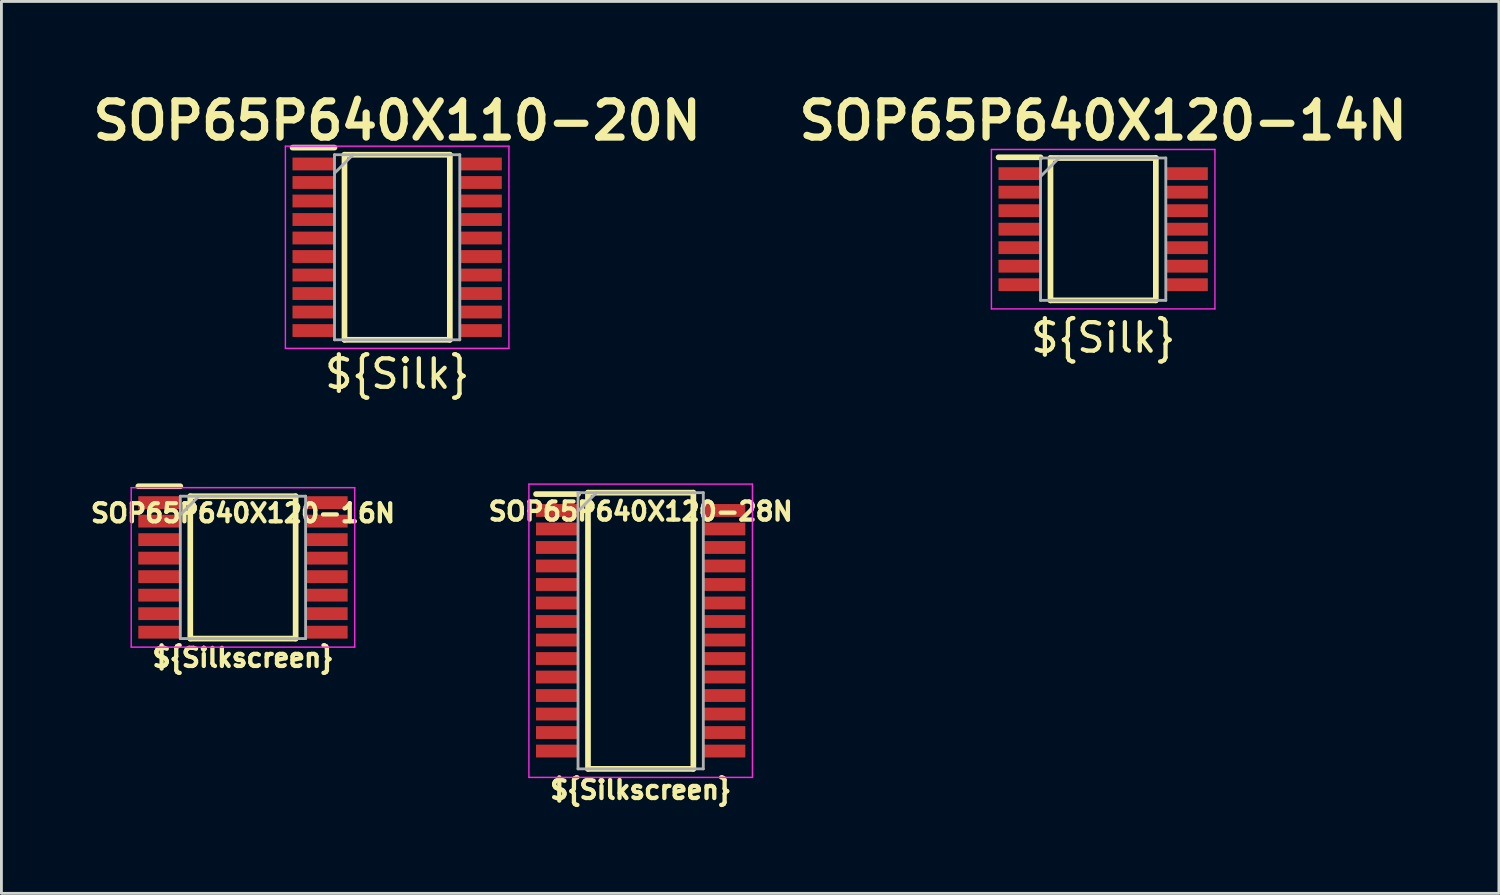
<source format=kicad_pcb>
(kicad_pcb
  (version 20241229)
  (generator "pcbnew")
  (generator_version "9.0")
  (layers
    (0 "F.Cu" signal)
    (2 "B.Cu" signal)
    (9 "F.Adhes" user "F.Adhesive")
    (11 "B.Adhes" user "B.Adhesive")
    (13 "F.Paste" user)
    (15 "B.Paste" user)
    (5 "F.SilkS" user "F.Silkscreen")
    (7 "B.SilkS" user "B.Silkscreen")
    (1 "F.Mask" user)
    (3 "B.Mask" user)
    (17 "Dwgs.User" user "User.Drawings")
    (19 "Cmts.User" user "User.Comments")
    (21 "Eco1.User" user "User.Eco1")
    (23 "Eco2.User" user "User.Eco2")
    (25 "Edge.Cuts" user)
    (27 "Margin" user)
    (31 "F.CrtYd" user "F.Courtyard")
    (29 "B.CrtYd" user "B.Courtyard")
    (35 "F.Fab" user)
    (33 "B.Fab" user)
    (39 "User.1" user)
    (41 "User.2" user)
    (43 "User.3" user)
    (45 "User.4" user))
  (footprint "SOP65P640X120-14N"
    (layer "F.Cu")
    (at 35.693 4.999)
    (property "Reference" "SOP65P640X120-14N" (at 0 -3.81 0) (layer "F.SilkS") (effects (font (size 1.27 1.27) (thickness 0.254))))
    (attr smd)
    (fp_line (start -3.675 -2.525) (end -2.2 -2.525) (stroke (width 0.2) (type solid)) (layer "F.SilkS"))
    (fp_line (start -1.85 -2.5) (end 1.85 -2.5) (stroke (width 0.2) (type solid)) (layer "F.SilkS"))
    (fp_line (start -1.85 2.5) (end -1.85 -2.5) (stroke (width 0.2) (type solid)) (layer "F.SilkS"))
    (fp_line (start 1.85 -2.5) (end 1.85 2.5) (stroke (width 0.2) (type solid)) (layer "F.SilkS"))
    (fp_line (start 1.85 2.5) (end -1.85 2.5) (stroke (width 0.2) (type solid)) (layer "F.SilkS"))
    (fp_line (start -3.925 -2.8) (end 3.925 -2.8) (stroke (width 0.05) (type solid)) (layer "F.CrtYd"))
    (fp_line (start -3.925 2.8) (end -3.925 -2.8) (stroke (width 0.05) (type solid)) (layer "F.CrtYd"))
    (fp_line (start 3.925 -2.8) (end 3.925 2.8) (stroke (width 0.05) (type solid)) (layer "F.CrtYd"))
    (fp_line (start 3.925 2.8) (end -3.925 2.8) (stroke (width 0.05) (type solid)) (layer "F.CrtYd"))
    (fp_line (start -2.2 -2.5) (end 2.2 -2.5) (stroke (width 0.1) (type solid)) (layer "F.Fab"))
    (fp_line (start -2.2 -1.85) (end -1.55 -2.5) (stroke (width 0.1) (type solid)) (layer "F.Fab"))
    (fp_line (start -2.2 2.5) (end -2.2 -2.5) (stroke (width 0.1) (type solid)) (layer "F.Fab"))
    (fp_line (start 2.2 -2.5) (end 2.2 2.5) (stroke (width 0.1) (type solid)) (layer "F.Fab"))
    (fp_line (start 2.2 2.5) (end -2.2 2.5) (stroke (width 0.1) (type solid)) (layer "F.Fab"))
    (fp_text user "${Silk}" (at 0 3.81 0) (layer "F.SilkS") (effects (font (size 1 1) (thickness 0.15))))
    (pad "1" smd rect (at -2.938 -1.95 90) (size 0.45 1.475) (layers "F.Cu" "F.Mask" "F.Paste"))
    (pad "2" smd rect (at -2.938 -1.3 90) (size 0.45 1.475) (layers "F.Cu" "F.Mask" "F.Paste"))
    (pad "3" smd rect (at -2.938 -0.65 90) (size 0.45 1.475) (layers "F.Cu" "F.Mask" "F.Paste"))
    (pad "4" smd rect (at -2.938 0 90) (size 0.45 1.475) (layers "F.Cu" "F.Mask" "F.Paste"))
    (pad "5" smd rect (at -2.938 0.65 90) (size 0.45 1.475) (layers "F.Cu" "F.Mask" "F.Paste"))
    (pad "6" smd rect (at -2.938 1.3 90) (size 0.45 1.475) (layers "F.Cu" "F.Mask" "F.Paste"))
    (pad "7" smd rect (at -2.938 1.95 90) (size 0.45 1.475) (layers "F.Cu" "F.Mask" "F.Paste"))
    (pad "8" smd rect (at 2.938 1.95 90) (size 0.45 1.475) (layers "F.Cu" "F.Mask" "F.Paste"))
    (pad "9" smd rect (at 2.938 1.3 90) (size 0.45 1.475) (layers "F.Cu" "F.Mask" "F.Paste"))
    (pad "10" smd rect (at 2.938 0.65 90) (size 0.45 1.475) (layers "F.Cu" "F.Mask" "F.Paste"))
    (pad "11" smd rect (at 2.938 0 90) (size 0.45 1.475) (layers "F.Cu" "F.Mask" "F.Paste"))
    (pad "12" smd rect (at 2.938 -0.65 90) (size 0.45 1.475) (layers "F.Cu" "F.Mask" "F.Paste"))
    (pad "13" smd rect (at 2.938 -1.3 90) (size 0.45 1.475) (layers "F.Cu" "F.Mask" "F.Paste"))
    (pad "14" smd rect (at 2.938 -1.95 90) (size 0.45 1.475) (layers "F.Cu" "F.Mask" "F.Paste")))
  (footprint "SOP65P640X120-28N"
    (layer "F.Cu")
    (at 19.45 19.102)
    (property "Reference" "SOP65P640X120-28N" (at 0 -4.191 0) (layer "F.SilkS") (effects (font (size 0.635 0.635) (thickness 0.15))))
    (property "Silkscreen" "${Silkscreen}" (at 0 5.588 0) (layer "F.SilkS") (effects (font (size 0.635 0.635) (thickness 0.15))))
    (attr smd)
    (fp_line (start -3.675 -4.8) (end -2.2 -4.8) (stroke (width 0.2) (type solid)) (layer "F.SilkS"))
    (fp_line (start -1.85 -4.85) (end 1.85 -4.85) (stroke (width 0.2) (type solid)) (layer "F.SilkS"))
    (fp_line (start -1.85 4.85) (end -1.85 -4.85) (stroke (width 0.2) (type solid)) (layer "F.SilkS"))
    (fp_line (start 1.85 -4.85) (end 1.85 4.85) (stroke (width 0.2) (type solid)) (layer "F.SilkS"))
    (fp_line (start 1.85 4.85) (end -1.85 4.85) (stroke (width 0.2) (type solid)) (layer "F.SilkS"))
    (fp_line (start -3.925 -5.15) (end 3.925 -5.15) (stroke (width 0.05) (type solid)) (layer "F.CrtYd"))
    (fp_line (start -3.925 5.15) (end -3.925 -5.15) (stroke (width 0.05) (type solid)) (layer "F.CrtYd"))
    (fp_line (start 3.925 -5.15) (end 3.925 5.15) (stroke (width 0.05) (type solid)) (layer "F.CrtYd"))
    (fp_line (start 3.925 5.15) (end -3.925 5.15) (stroke (width 0.05) (type solid)) (layer "F.CrtYd"))
    (fp_line (start -2.2 -4.85) (end 2.2 -4.85) (stroke (width 0.1) (type solid)) (layer "F.Fab"))
    (fp_line (start -2.2 -4.2) (end -1.55 -4.85) (stroke (width 0.1) (type solid)) (layer "F.Fab"))
    (fp_line (start -2.2 4.85) (end -2.2 -4.85) (stroke (width 0.1) (type solid)) (layer "F.Fab"))
    (fp_line (start 2.2 -4.85) (end 2.2 4.85) (stroke (width 0.1) (type solid)) (layer "F.Fab"))
    (fp_line (start 2.2 4.85) (end -2.2 4.85) (stroke (width 0.1) (type solid)) (layer "F.Fab"))
    (pad "1" smd rect (at -2.938 -4.225 90) (size 0.45 1.475) (layers "F.Cu" "F.Mask" "F.Paste"))
    (pad "2" smd rect (at -2.938 -3.575 90) (size 0.45 1.475) (layers "F.Cu" "F.Mask" "F.Paste"))
    (pad "3" smd rect (at -2.938 -2.925 90) (size 0.45 1.475) (layers "F.Cu" "F.Mask" "F.Paste"))
    (pad "4" smd rect (at -2.938 -2.275 90) (size 0.45 1.475) (layers "F.Cu" "F.Mask" "F.Paste"))
    (pad "5" smd rect (at -2.938 -1.625 90) (size 0.45 1.475) (layers "F.Cu" "F.Mask" "F.Paste"))
    (pad "6" smd rect (at -2.938 -0.975 90) (size 0.45 1.475) (layers "F.Cu" "F.Mask" "F.Paste"))
    (pad "7" smd rect (at -2.938 -0.325 90) (size 0.45 1.475) (layers "F.Cu" "F.Mask" "F.Paste"))
    (pad "8" smd rect (at -2.938 0.325 90) (size 0.45 1.475) (layers "F.Cu" "F.Mask" "F.Paste"))
    (pad "9" smd rect (at -2.938 0.975 90) (size 0.45 1.475) (layers "F.Cu" "F.Mask" "F.Paste"))
    (pad "10" smd rect (at -2.938 1.625 90) (size 0.45 1.475) (layers "F.Cu" "F.Mask" "F.Paste"))
    (pad "11" smd rect (at -2.938 2.275 90) (size 0.45 1.475) (layers "F.Cu" "F.Mask" "F.Paste"))
    (pad "12" smd rect (at -2.938 2.925 90) (size 0.45 1.475) (layers "F.Cu" "F.Mask" "F.Paste"))
    (pad "13" smd rect (at -2.938 3.575 90) (size 0.45 1.475) (layers "F.Cu" "F.Mask" "F.Paste"))
    (pad "14" smd rect (at -2.938 4.225 90) (size 0.45 1.475) (layers "F.Cu" "F.Mask" "F.Paste"))
    (pad "15" smd rect (at 2.938 4.225 90) (size 0.45 1.475) (layers "F.Cu" "F.Mask" "F.Paste"))
    (pad "16" smd rect (at 2.938 3.575 90) (size 0.45 1.475) (layers "F.Cu" "F.Mask" "F.Paste"))
    (pad "17" smd rect (at 2.938 2.925 90) (size 0.45 1.475) (layers "F.Cu" "F.Mask" "F.Paste"))
    (pad "18" smd rect (at 2.938 2.275 90) (size 0.45 1.475) (layers "F.Cu" "F.Mask" "F.Paste"))
    (pad "19" smd rect (at 2.938 1.625 90) (size 0.45 1.475) (layers "F.Cu" "F.Mask" "F.Paste"))
    (pad "20" smd rect (at 2.938 0.975 90) (size 0.45 1.475) (layers "F.Cu" "F.Mask" "F.Paste"))
    (pad "21" smd rect (at 2.938 0.325 90) (size 0.45 1.475) (layers "F.Cu" "F.Mask" "F.Paste"))
    (pad "22" smd rect (at 2.938 -0.325 90) (size 0.45 1.475) (layers "F.Cu" "F.Mask" "F.Paste"))
    (pad "23" smd rect (at 2.938 -0.975 90) (size 0.45 1.475) (layers "F.Cu" "F.Mask" "F.Paste"))
    (pad "24" smd rect (at 2.938 -1.625 90) (size 0.45 1.475) (layers "F.Cu" "F.Mask" "F.Paste"))
    (pad "25" smd rect (at 2.938 -2.275 90) (size 0.45 1.475) (layers "F.Cu" "F.Mask" "F.Paste"))
    (pad "26" smd rect (at 2.938 -2.925 90) (size 0.45 1.475) (layers "F.Cu" "F.Mask" "F.Paste"))
    (pad "27" smd rect (at 2.938 -3.575 90) (size 0.45 1.475) (layers "F.Cu" "F.Mask" "F.Paste"))
    (pad "28" smd rect (at 2.938 -4.225 90) (size 0.45 1.475) (layers "F.Cu" "F.Mask" "F.Paste")))
  (footprint "SOP65P640X110-20N"
    (layer "F.Cu")
    (at 10.898 5.634)
    (property "Reference" "SOP65P640X110-20N" (at 0 -4.445 0) (layer "F.SilkS") (effects (font (size 1.27 1.27) (thickness 0.254))))
    (attr smd)
    (fp_line (start -3.675 -3.5) (end -2.2 -3.5) (stroke (width 0.2) (type solid)) (layer "F.SilkS"))
    (fp_line (start -1.85 -3.25) (end 1.85 -3.25) (stroke (width 0.2) (type solid)) (layer "F.SilkS"))
    (fp_line (start -1.85 3.25) (end -1.85 -3.25) (stroke (width 0.2) (type solid)) (layer "F.SilkS"))
    (fp_line (start 1.85 -3.25) (end 1.85 3.25) (stroke (width 0.2) (type solid)) (layer "F.SilkS"))
    (fp_line (start 1.85 3.25) (end -1.85 3.25) (stroke (width 0.2) (type solid)) (layer "F.SilkS"))
    (fp_line (start -3.925 -3.55) (end 3.925 -3.55) (stroke (width 0.05) (type solid)) (layer "F.CrtYd"))
    (fp_line (start -3.925 3.55) (end -3.925 -3.55) (stroke (width 0.05) (type solid)) (layer "F.CrtYd"))
    (fp_line (start 3.925 -3.55) (end 3.925 3.55) (stroke (width 0.05) (type solid)) (layer "F.CrtYd"))
    (fp_line (start 3.925 3.55) (end -3.925 3.55) (stroke (width 0.05) (type solid)) (layer "F.CrtYd"))
    (fp_line (start -2.2 -3.25) (end 2.2 -3.25) (stroke (width 0.1) (type solid)) (layer "F.Fab"))
    (fp_line (start -2.2 -2.6) (end -1.55 -3.25) (stroke (width 0.1) (type solid)) (layer "F.Fab"))
    (fp_line (start -2.2 3.25) (end -2.2 -3.25) (stroke (width 0.1) (type solid)) (layer "F.Fab"))
    (fp_line (start 2.2 -3.25) (end 2.2 3.25) (stroke (width 0.1) (type solid)) (layer "F.Fab"))
    (fp_line (start 2.2 3.25) (end -2.2 3.25) (stroke (width 0.1) (type solid)) (layer "F.Fab"))
    (fp_text user "${Silk}" (at 0 4.445 0) (layer "F.SilkS") (effects (font (size 1 1) (thickness 0.15))))
    (pad "1" smd rect (at -2.938 -2.925 90) (size 0.45 1.475) (layers "F.Cu" "F.Mask" "F.Paste"))
    (pad "2" smd rect (at -2.938 -2.275 90) (size 0.45 1.475) (layers "F.Cu" "F.Mask" "F.Paste"))
    (pad "3" smd rect (at -2.938 -1.625 90) (size 0.45 1.475) (layers "F.Cu" "F.Mask" "F.Paste"))
    (pad "4" smd rect (at -2.938 -0.975 90) (size 0.45 1.475) (layers "F.Cu" "F.Mask" "F.Paste"))
    (pad "5" smd rect (at -2.938 -0.325 90) (size 0.45 1.475) (layers "F.Cu" "F.Mask" "F.Paste"))
    (pad "6" smd rect (at -2.938 0.325 90) (size 0.45 1.475) (layers "F.Cu" "F.Mask" "F.Paste"))
    (pad "7" smd rect (at -2.938 0.975 90) (size 0.45 1.475) (layers "F.Cu" "F.Mask" "F.Paste"))
    (pad "8" smd rect (at -2.938 1.625 90) (size 0.45 1.475) (layers "F.Cu" "F.Mask" "F.Paste"))
    (pad "9" smd rect (at -2.938 2.275 90) (size 0.45 1.475) (layers "F.Cu" "F.Mask" "F.Paste"))
    (pad "10" smd rect (at -2.938 2.925 90) (size 0.45 1.475) (layers "F.Cu" "F.Mask" "F.Paste"))
    (pad "11" smd rect (at 2.938 2.925 90) (size 0.45 1.475) (layers "F.Cu" "F.Mask" "F.Paste"))
    (pad "12" smd rect (at 2.938 2.275 90) (size 0.45 1.475) (layers "F.Cu" "F.Mask" "F.Paste"))
    (pad "13" smd rect (at 2.938 1.625 90) (size 0.45 1.475) (layers "F.Cu" "F.Mask" "F.Paste"))
    (pad "14" smd rect (at 2.938 0.975 90) (size 0.45 1.475) (layers "F.Cu" "F.Mask" "F.Paste"))
    (pad "15" smd rect (at 2.938 0.325 90) (size 0.45 1.475) (layers "F.Cu" "F.Mask" "F.Paste"))
    (pad "16" smd rect (at 2.938 -0.325 90) (size 0.45 1.475) (layers "F.Cu" "F.Mask" "F.Paste"))
    (pad "17" smd rect (at 2.938 -0.975 90) (size 0.45 1.475) (layers "F.Cu" "F.Mask" "F.Paste"))
    (pad "18" smd rect (at 2.938 -1.625 90) (size 0.45 1.475) (layers "F.Cu" "F.Mask" "F.Paste"))
    (pad "19" smd rect (at 2.938 -2.275 90) (size 0.45 1.475) (layers "F.Cu" "F.Mask" "F.Paste"))
    (pad "20" smd rect (at 2.938 -2.925 90) (size 0.45 1.475) (layers "F.Cu" "F.Mask" "F.Paste")))
  (footprint "SOP65P640X120-16N"
    (layer "F.Cu")
    (at 5.483 16.877)
    (property "Reference" "SOP65P640X120-16N" (at 0 -1.905 0) (layer "F.SilkS") (effects (font (size 0.635 0.635) (thickness 0.15))))
    (property "Silkscreen" "${Silkscreen}" (at 0 3.175 0) (layer "F.SilkS") (effects (font (size 0.635 0.635) (thickness 0.15))))
    (attr smd)
    (fp_line (start -3.675 -2.85) (end -2.2 -2.85) (stroke (width 0.2) (type solid)) (layer "F.SilkS"))
    (fp_line (start -1.85 -2.5) (end 1.85 -2.5) (stroke (width 0.2) (type solid)) (layer "F.SilkS"))
    (fp_line (start -1.85 2.5) (end -1.85 -2.5) (stroke (width 0.2) (type solid)) (layer "F.SilkS"))
    (fp_line (start 1.85 -2.5) (end 1.85 2.5) (stroke (width 0.2) (type solid)) (layer "F.SilkS"))
    (fp_line (start 1.85 2.5) (end -1.85 2.5) (stroke (width 0.2) (type solid)) (layer "F.SilkS"))
    (fp_line (start -3.925 -2.8) (end 3.925 -2.8) (stroke (width 0.05) (type solid)) (layer "F.CrtYd"))
    (fp_line (start -3.925 2.8) (end -3.925 -2.8) (stroke (width 0.05) (type solid)) (layer "F.CrtYd"))
    (fp_line (start 3.925 -2.8) (end 3.925 2.8) (stroke (width 0.05) (type solid)) (layer "F.CrtYd"))
    (fp_line (start 3.925 2.8) (end -3.925 2.8) (stroke (width 0.05) (type solid)) (layer "F.CrtYd"))
    (fp_line (start -2.2 -2.5) (end 2.2 -2.5) (stroke (width 0.1) (type solid)) (layer "F.Fab"))
    (fp_line (start -2.2 -1.85) (end -1.55 -2.5) (stroke (width 0.1) (type solid)) (layer "F.Fab"))
    (fp_line (start -2.2 2.5) (end -2.2 -2.5) (stroke (width 0.1) (type solid)) (layer "F.Fab"))
    (fp_line (start 2.2 -2.5) (end 2.2 2.5) (stroke (width 0.1) (type solid)) (layer "F.Fab"))
    (fp_line (start 2.2 2.5) (end -2.2 2.5) (stroke (width 0.1) (type solid)) (layer "F.Fab"))
    (pad "1" smd rect (at -2.938 -2.275 90) (size 0.45 1.475) (layers "F.Cu" "F.Mask" "F.Paste"))
    (pad "2" smd rect (at -2.938 -1.625 90) (size 0.45 1.475) (layers "F.Cu" "F.Mask" "F.Paste"))
    (pad "3" smd rect (at -2.938 -0.975 90) (size 0.45 1.475) (layers "F.Cu" "F.Mask" "F.Paste"))
    (pad "4" smd rect (at -2.938 -0.325 90) (size 0.45 1.475) (layers "F.Cu" "F.Mask" "F.Paste"))
    (pad "5" smd rect (at -2.938 0.325 90) (size 0.45 1.475) (layers "F.Cu" "F.Mask" "F.Paste"))
    (pad "6" smd rect (at -2.938 0.975 90) (size 0.45 1.475) (layers "F.Cu" "F.Mask" "F.Paste"))
    (pad "7" smd rect (at -2.938 1.625 90) (size 0.45 1.475) (layers "F.Cu" "F.Mask" "F.Paste"))
    (pad "8" smd rect (at -2.938 2.275 90) (size 0.45 1.475) (layers "F.Cu" "F.Mask" "F.Paste"))
    (pad "9" smd rect (at 2.938 2.275 90) (size 0.45 1.475) (layers "F.Cu" "F.Mask" "F.Paste"))
    (pad "10" smd rect (at 2.938 1.625 90) (size 0.45 1.475) (layers "F.Cu" "F.Mask" "F.Paste"))
    (pad "11" smd rect (at 2.938 0.975 90) (size 0.45 1.475) (layers "F.Cu" "F.Mask" "F.Paste"))
    (pad "12" smd rect (at 2.938 0.325 90) (size 0.45 1.475) (layers "F.Cu" "F.Mask" "F.Paste"))
    (pad "13" smd rect (at 2.938 -0.325 90) (size 0.45 1.475) (layers "F.Cu" "F.Mask" "F.Paste"))
    (pad "14" smd rect (at 2.938 -0.975 90) (size 0.45 1.475) (layers "F.Cu" "F.Mask" "F.Paste"))
    (pad "15" smd rect (at 2.938 -1.625 90) (size 0.45 1.475) (layers "F.Cu" "F.Mask" "F.Paste"))
    (pad "16" smd rect (at 2.938 -2.275 90) (size 0.45 1.475) (layers "F.Cu" "F.Mask" "F.Paste")))
  (gr_rect
    (start -3 -3)
    (end 49.591 28.325)
    (stroke (width 0.1) (type default))
    (fill no)
    (layer "Edge.Cuts")))
</source>
